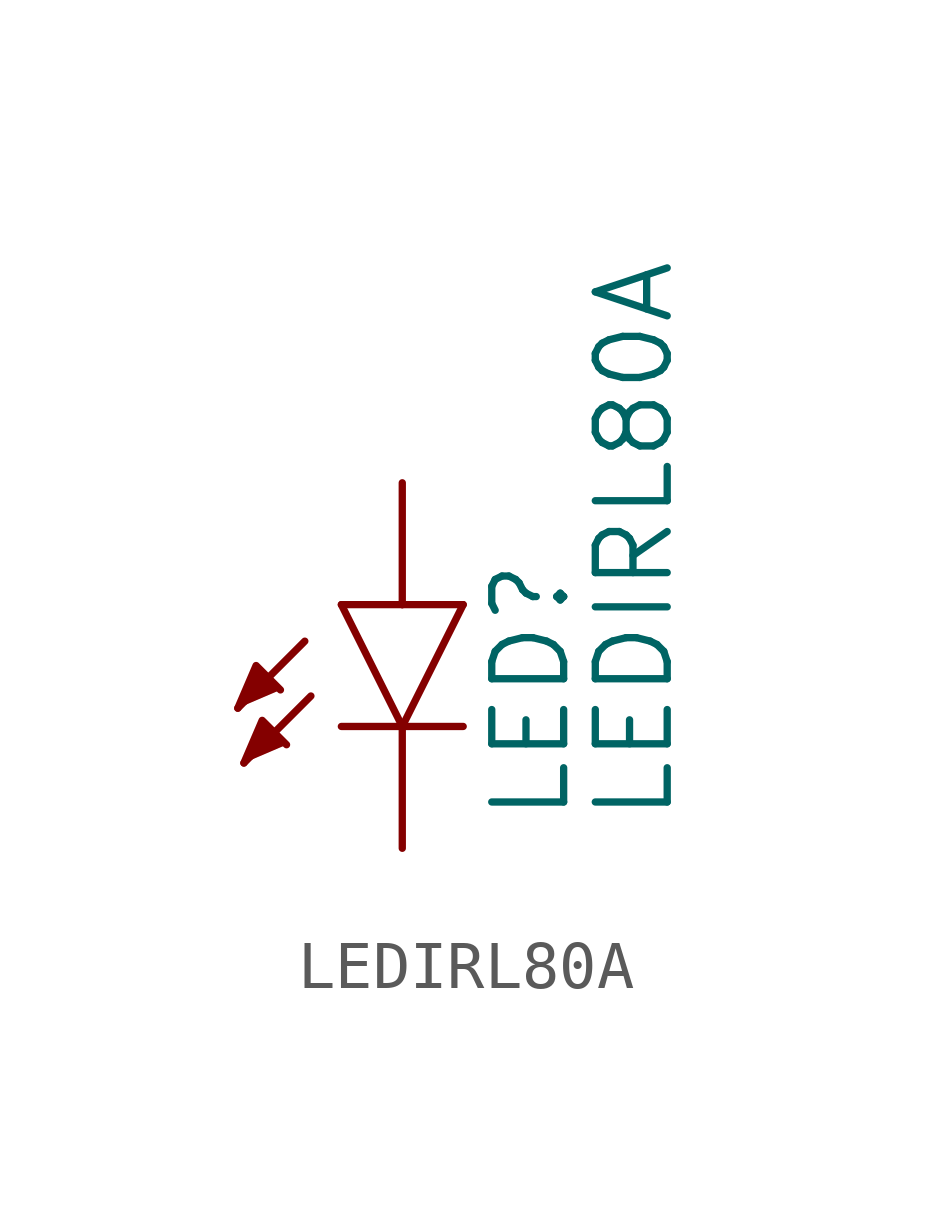
<source format=kicad_sym>
(kicad_symbol_lib
  (version 20211014)
  (generator kicad_symbol_editor)
  (symbol "LEDIRL80A"
    (pin_names
      (offset 1.016))
    (property "Reference" "LED"
      (at 3.556 -4.572 90)
      (effects (font (size 1.499 1.499)) (justify left bottom)))
    (property "Value" "LEDIRL80A"
      (at 5.715 -4.572 90)
      (effects (font (size 1.499 1.499)) (justify left bottom)))
    (property "ki_locked" ""
      (at 0 0 0)
      (effects (font (size 1.27 1.27))))
    (symbol "LEDIRL80A_1_0"
      (polyline (pts (xy -2.032 -0.762) (xy -3.429 -2.159)) (stroke (width 0) (type default) (color 0 0 0 0)) (fill (type none)))
      (polyline (pts (xy -1.905 -1.905) (xy -3.302 -3.302)) (stroke (width 0) (type default) (color 0 0 0 0)) (fill (type none)))
      (polyline (pts (xy 0 -2.54) (xy -1.27 -2.54)) (stroke (width 0) (type default) (color 0 0 0 0)) (fill (type none)))
      (polyline (pts (xy 0 -2.54) (xy -1.27 0)) (stroke (width 0) (type default) (color 0 0 0 0)) (fill (type none)))
      (polyline (pts (xy 0 0) (xy -1.27 0)) (stroke (width 0) (type default) (color 0 0 0 0)) (fill (type none)))
      (polyline (pts (xy 1.27 -2.54) (xy 0 -2.54)) (stroke (width 0) (type default) (color 0 0 0 0)) (fill (type none)))
      (polyline (pts (xy 1.27 0) (xy 0 -2.54)) (stroke (width 0) (type default) (color 0 0 0 0)) (fill (type none)))
      (polyline (pts (xy 1.27 0) (xy 0 0)) (stroke (width 0) (type default) (color 0 0 0 0)) (fill (type none)))
      (polyline (pts (xy -3.429 -2.159) (xy -3.048 -1.27) (xy -2.54 -1.778)) (stroke (width 0) (type default) (color 0 0 0 0)) (fill (type outline)))
      (polyline (pts (xy -3.302 -3.302) (xy -2.921 -2.413) (xy -2.413 -2.921)) (stroke (width 0) (type default) (color 0 0 0 0)) (fill (type outline)))
      (pin passive line (at 0 2.54 270) (length 2.54) (name "A" (effects (font (size 0 0)))) (number "A" (effects (font (size 0 0)))))
      (pin passive line (at 0 -5.08 90) (length 2.54) (name "C" (effects (font (size 0 0)))) (number "K" (effects (font (size 0 0))))))))
</source>
